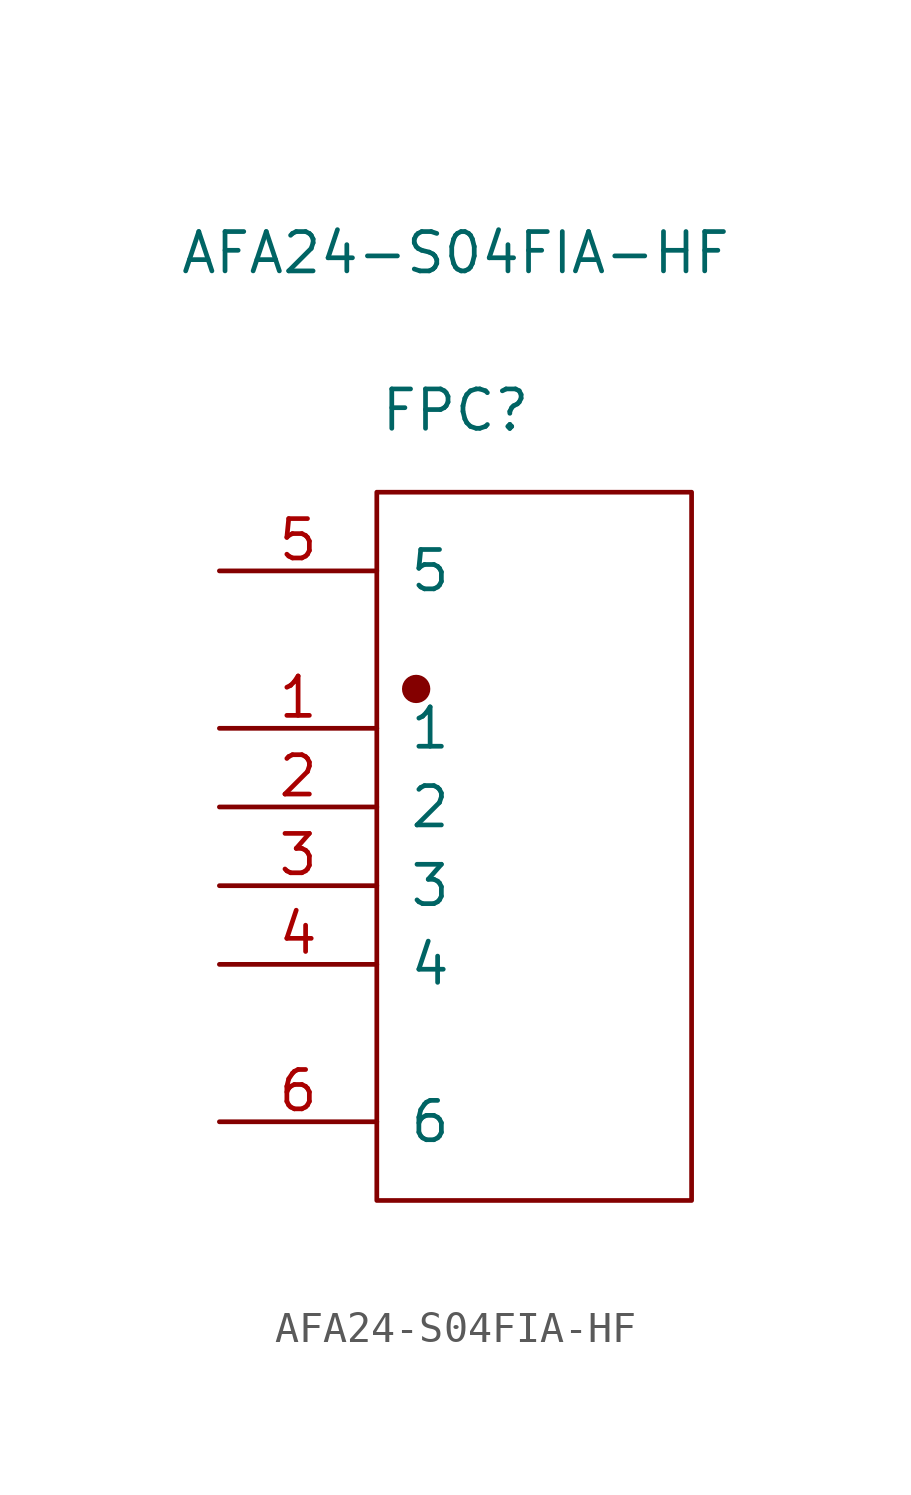
<source format=kicad_sym>
(kicad_symbol_lib
  (version 20231120)
  (generator "kicad_symbol_editor")
  (generator_version "8.0")
  (symbol "AFA24-S04FIA-HF"
    (pin_names
      (offset 1.016))
    (property "Reference" "FPC"
      (at 0 14.072 0)
      (effects (font (size 1.27 1.27))))
    (property "Value" "AFA24-S04FIA-HF"
      (at 0 19.152 0)
      (effects (font (size 1.27 1.27))))
    (symbol "AFA24-S04FIA-HF_1_1"
      (rectangle (start -2.54 11.43) (end 7.62 -11.43) (stroke (width 0.152) (type solid)) (fill (type none)))
      (circle (center -1.27 5.08) (radius 0.381) (stroke (width 0.152) (type solid)) (fill (type outline)))
      (pin passive line (at -7.62 3.81 0) (length 5.08) (name "1" (effects (font (size 1.27 1.27)))) (number "1" (effects (font (size 1.27 1.27)))))
      (pin passive line (at -7.62 1.27 0) (length 5.08) (name "2" (effects (font (size 1.27 1.27)))) (number "2" (effects (font (size 1.27 1.27)))))
      (pin passive line (at -7.62 -1.27 0) (length 5.08) (name "3" (effects (font (size 1.27 1.27)))) (number "3" (effects (font (size 1.27 1.27)))))
      (pin passive line (at -7.62 -3.81 0) (length 5.08) (name "4" (effects (font (size 1.27 1.27)))) (number "4" (effects (font (size 1.27 1.27)))))
      (pin free line (at -7.62 8.89 0) (length 5.08) (name "5" (effects (font (size 1.27 1.27)))) (number "5" (effects (font (size 1.27 1.27)))))
      (pin free line (at -7.62 -8.89 0) (length 5.08) (name "6" (effects (font (size 1.27 1.27)))) (number "6" (effects (font (size 1.27 1.27))))))))
</source>
